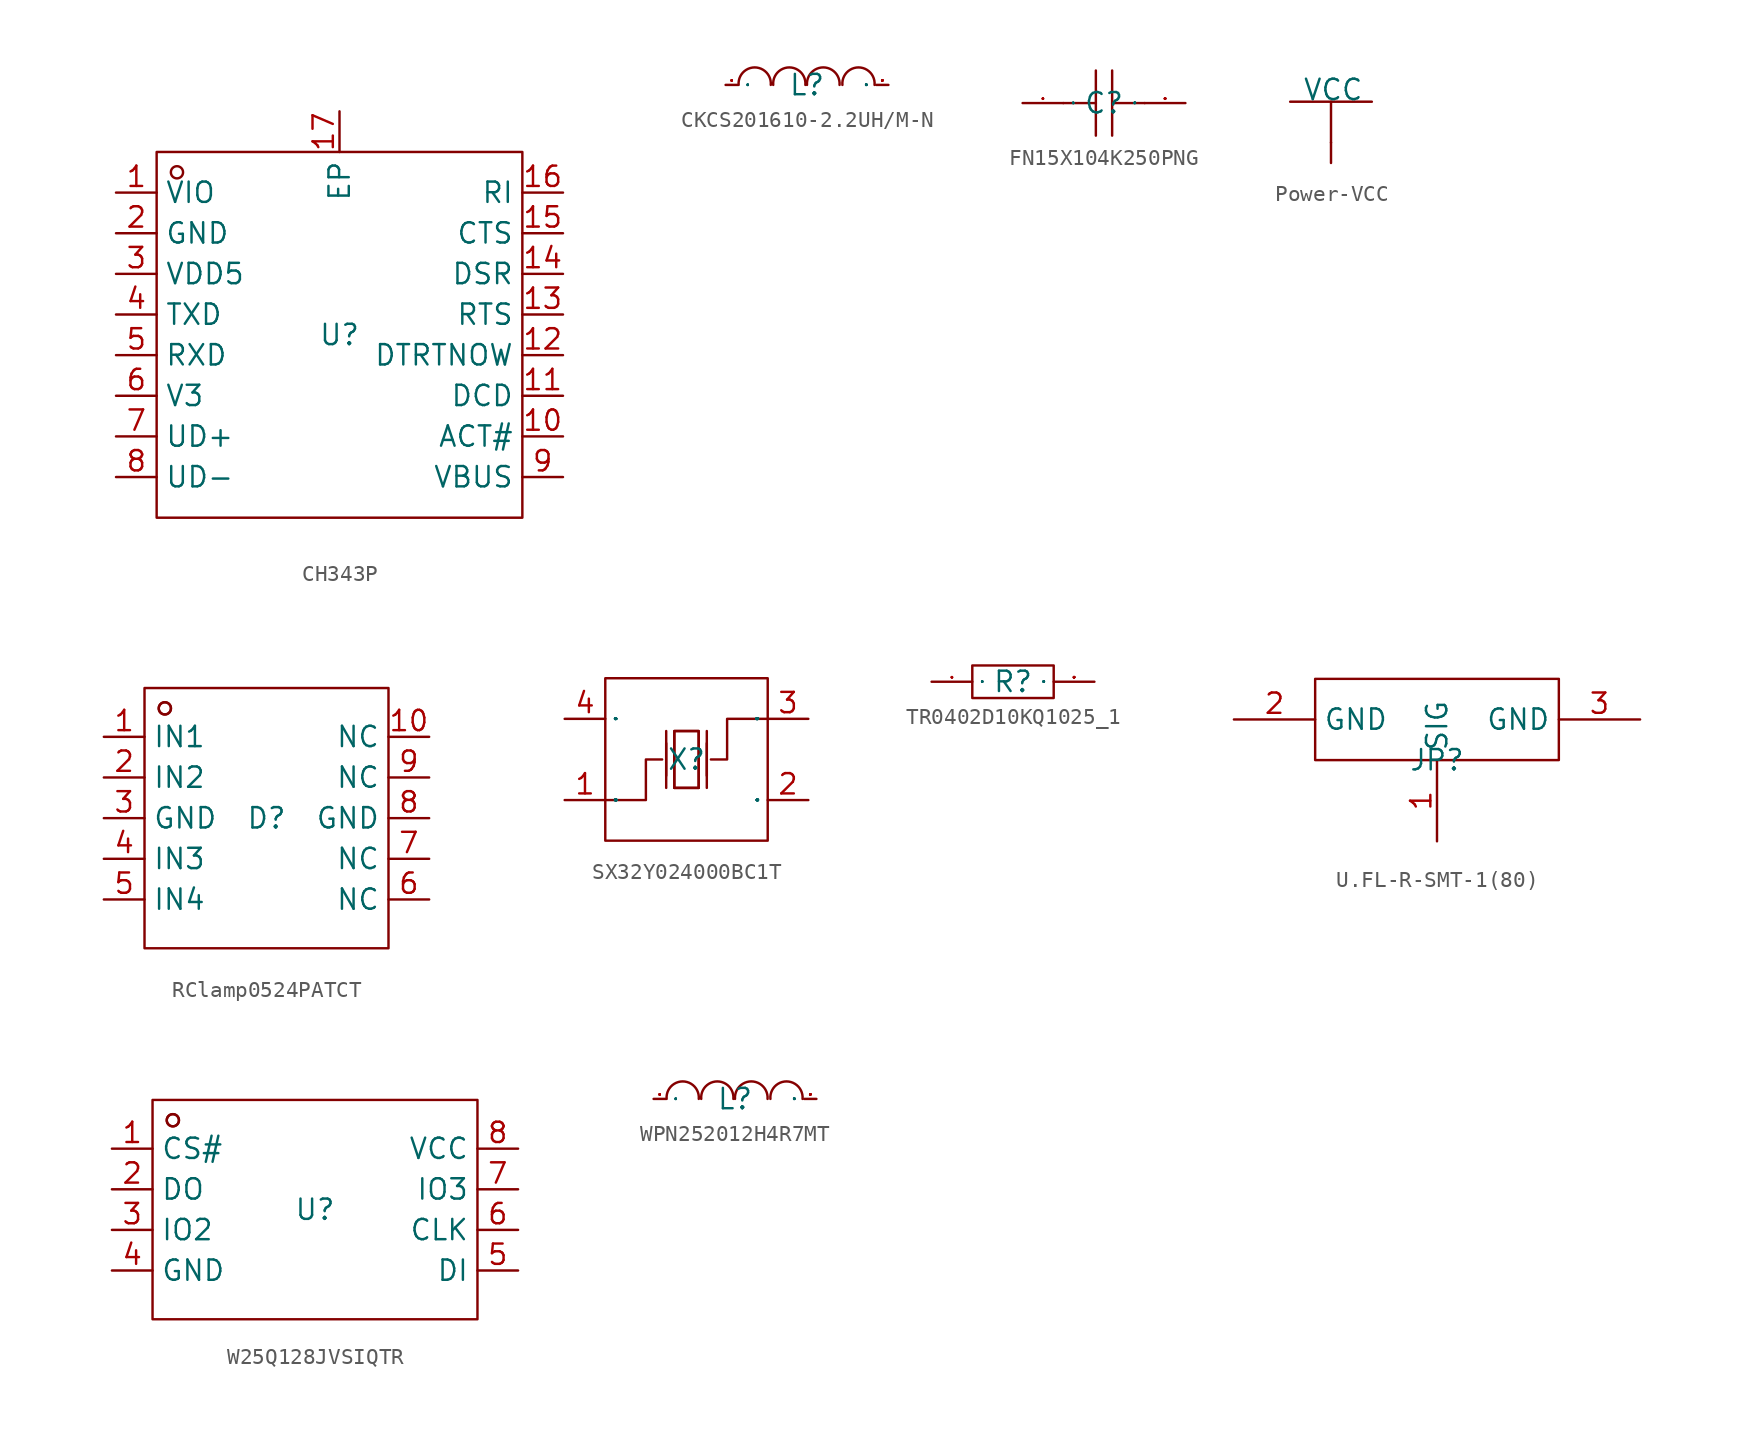
<source format=kicad_sym>
(kicad_symbol_lib
  (version 20231120)
  (generator "kicad_symbol_editor")
  (generator_version "8.0")
  (symbol "CH343P"
    (property "Reference" "U"
      (at 0 0 0)
      (effects (font (size 1.27 1.27))))
    (property "Value" ""
      (at 0 0 0)
      (effects (font (size 1.27 1.27))))
    (symbol "CH343P_1_0"
      (rectangle (start -11.43 -11.43) (end 11.43 11.43) (stroke (width 0) (type default)) (fill (type none)))
      (circle (center -10.16 10.16) (radius 0.381) (stroke (width 0) (type default)) (fill (type none)))
      (pin input line (at -13.97 8.89 0) (length 2.54) (name "VIO" (effects (font (size 1.27 1.27)))) (number "1" (effects (font (size 1.27 1.27)))))
      (pin input line (at 13.97 -6.35 180) (length 2.54) (name "ACT#" (effects (font (size 1.27 1.27)))) (number "10" (effects (font (size 1.27 1.27)))))
      (pin input line (at 13.97 -3.81 180) (length 2.54) (name "DCD" (effects (font (size 1.27 1.27)))) (number "11" (effects (font (size 1.27 1.27)))))
      (pin input line (at 13.97 -1.27 180) (length 2.54) (name "DTRTNOW" (effects (font (size 1.27 1.27)))) (number "12" (effects (font (size 1.27 1.27)))))
      (pin input line (at 13.97 1.27 180) (length 2.54) (name "RTS" (effects (font (size 1.27 1.27)))) (number "13" (effects (font (size 1.27 1.27)))))
      (pin input line (at 13.97 3.81 180) (length 2.54) (name "DSR" (effects (font (size 1.27 1.27)))) (number "14" (effects (font (size 1.27 1.27)))))
      (pin input line (at 13.97 6.35 180) (length 2.54) (name "CTS" (effects (font (size 1.27 1.27)))) (number "15" (effects (font (size 1.27 1.27)))))
      (pin input line (at 13.97 8.89 180) (length 2.54) (name "RI" (effects (font (size 1.27 1.27)))) (number "16" (effects (font (size 1.27 1.27)))))
      (pin input line (at 0 13.97 270) (length 2.54) (name "EP" (effects (font (size 1.27 1.27)))) (number "17" (effects (font (size 1.27 1.27)))))
      (pin input line (at -13.97 6.35 0) (length 2.54) (name "GND" (effects (font (size 1.27 1.27)))) (number "2" (effects (font (size 1.27 1.27)))))
      (pin input line (at -13.97 3.81 0) (length 2.54) (name "VDD5" (effects (font (size 1.27 1.27)))) (number "3" (effects (font (size 1.27 1.27)))))
      (pin input line (at -13.97 1.27 0) (length 2.54) (name "TXD" (effects (font (size 1.27 1.27)))) (number "4" (effects (font (size 1.27 1.27)))))
      (pin input line (at -13.97 -1.27 0) (length 2.54) (name "RXD" (effects (font (size 1.27 1.27)))) (number "5" (effects (font (size 1.27 1.27)))))
      (pin input line (at -13.97 -3.81 0) (length 2.54) (name "V3" (effects (font (size 1.27 1.27)))) (number "6" (effects (font (size 1.27 1.27)))))
      (pin input line (at -13.97 -6.35 0) (length 2.54) (name "UD+" (effects (font (size 1.27 1.27)))) (number "7" (effects (font (size 1.27 1.27)))))
      (pin input line (at -13.97 -8.89 0) (length 2.54) (name "UD-" (effects (font (size 1.27 1.27)))) (number "8" (effects (font (size 1.27 1.27)))))
      (pin input line (at 13.97 -8.89 180) (length 2.54) (name "VBUS" (effects (font (size 1.27 1.27)))) (number "9" (effects (font (size 1.27 1.27)))))))
  (symbol "CKCS201610-2.2UH/M-N"
    (property "Reference" "L"
      (at 0 0 0)
      (effects (font (size 1.27 1.27))))
    (symbol "CKCS201610-2.2UH/M-N_1_0"
      (arc (start -2.2606 0) (mid -3.2639 1.0922) (end -4.2672 0) (stroke (width 0) (type default)) (fill (type none)))
      (arc (start -0.1016 0) (mid -1.1049 1.0922) (end -2.1082 0) (stroke (width 0) (type default)) (fill (type none)))
      (arc (start 2.032 0) (mid 1.016 1.0922) (end 0 0) (stroke (width 0) (type default)) (fill (type none)))
      (arc (start 4.2164 0) (mid 3.213 1.0923) (end 2.2098 0) (stroke (width 0) (type default)) (fill (type none)))
      (pin input line (at -5.08 0 0) (length 0.762) (name "1" (effects (font (size 0.025 0.025)))) (number "1" (effects (font (size 0.025 0.025)))))
      (pin input line (at 5.08 0 180) (length 0.762) (name "2" (effects (font (size 0.025 0.025)))) (number "2" (effects (font (size 0.025 0.025)))))))
  (symbol "FN15X104K250PNG"
    (property "Reference" "C"
      (at 0 0 0)
      (effects (font (size 1.27 1.27))))
    (symbol "FN15X104K250PNG_1_0"
      (polyline (pts (xy -0.508 -2.032) (xy -0.508 2.032)) (stroke (width 0) (type default)) (fill (type none)))
      (polyline (pts (xy -0.508 0) (xy -2.54 0)) (stroke (width 0) (type default)) (fill (type none)))
      (polyline (pts (xy 0.508 2.032) (xy 0.508 -2.032)) (stroke (width 0) (type default)) (fill (type none)))
      (polyline (pts (xy 2.54 0) (xy 0.508 0)) (stroke (width 0) (type default)) (fill (type none)))
      (pin input line (at -5.08 0 0) (length 2.54) (name "1" (effects (font (size 0.025 0.025)))) (number "1" (effects (font (size 0.025 0.025)))))
      (pin input line (at 5.08 0 180) (length 2.54) (name "2" (effects (font (size 0.025 0.025)))) (number "2" (effects (font (size 0.025 0.025)))))))
  (symbol "Power-VCC"
    (power)
    (pin_numbers hide)
    (pin_names hide)
    (property "Reference" "#PWR"
      (at 0 0 0)
      (effects (font (size 1.27 1.27)) (hide yes)))
    (property "Value" "VCC"
      (at -1.778 3.81 0)
      (effects (font (size 1.27 1.27)) (justify left bottom)))
    (symbol "Power-VCC_1_0"
      (polyline (pts (xy -2.54 3.81) (xy 2.54 3.81)) (stroke (width 0) (type default)) (fill (type none)))
      (polyline (pts (xy 0 3.81) (xy 0 1.27)) (stroke (width 0) (type default)) (fill (type none)))
      (pin power_in line (at 0 0 90) (length 1.27) (name "" (effects (font (size 1.27 1.27)))) (number "1" (effects (font (size 0.025 0.025)))))))
  (symbol "RClamp0524PATCT"
    (property "Reference" "D"
      (at 0 0 0)
      (effects (font (size 1.27 1.27))))
    (property "Value" ""
      (at 0 0 0)
      (effects (font (size 1.27 1.27))))
    (symbol "RClamp0524PATCT_1_0"
      (rectangle (start -7.62 -8.128) (end 7.62 8.128) (stroke (width 0) (type default)) (fill (type none)))
      (circle (center -6.35 6.858) (radius 0.381) (stroke (width 0) (type default)) (fill (type none)))
      (circle (center -6.35 6.858) (radius 0.381) (stroke (width 0) (type default)) (fill (type none)))
      (pin input line (at -10.16 5.08 0) (length 2.54) (name "IN1" (effects (font (size 1.27 1.27)))) (number "1" (effects (font (size 1.27 1.27)))))
      (pin input line (at 10.16 5.08 180) (length 2.54) (name "NC" (effects (font (size 1.27 1.27)))) (number "10" (effects (font (size 1.27 1.27)))))
      (pin input line (at -10.16 2.54 0) (length 2.54) (name "IN2" (effects (font (size 1.27 1.27)))) (number "2" (effects (font (size 1.27 1.27)))))
      (pin input line (at -10.16 0 0) (length 2.54) (name "GND" (effects (font (size 1.27 1.27)))) (number "3" (effects (font (size 1.27 1.27)))))
      (pin input line (at -10.16 -2.54 0) (length 2.54) (name "IN3" (effects (font (size 1.27 1.27)))) (number "4" (effects (font (size 1.27 1.27)))))
      (pin input line (at -10.16 -5.08 0) (length 2.54) (name "IN4" (effects (font (size 1.27 1.27)))) (number "5" (effects (font (size 1.27 1.27)))))
      (pin input line (at 10.16 -5.08 180) (length 2.54) (name "NC" (effects (font (size 1.27 1.27)))) (number "6" (effects (font (size 1.27 1.27)))))
      (pin input line (at 10.16 -2.54 180) (length 2.54) (name "NC" (effects (font (size 1.27 1.27)))) (number "7" (effects (font (size 1.27 1.27)))))
      (pin input line (at 10.16 0 180) (length 2.54) (name "GND" (effects (font (size 1.27 1.27)))) (number "8" (effects (font (size 1.27 1.27)))))
      (pin input line (at 10.16 2.54 180) (length 2.54) (name "NC" (effects (font (size 1.27 1.27)))) (number "9" (effects (font (size 1.27 1.27)))))))
  (symbol "SX32Y024000BC1T"
    (property "Reference" "X"
      (at 0 0 0)
      (effects (font (size 1.27 1.27))))
    (symbol "SX32Y024000BC1T_1_0"
      (rectangle (start -5.08 -5.08) (end 5.08 5.08) (stroke (width 0) (type default)) (fill (type none)))
      (polyline (pts (xy -1.27 -1.778) (xy -1.27 1.778)) (stroke (width 0) (type default)) (fill (type none)))
      (polyline (pts (xy -1.27 -1.016) (xy -1.27 1.016)) (stroke (width 0) (type default)) (fill (type none)))
      (polyline (pts (xy 0.762 -1.778) (xy -0.762 -1.778)) (stroke (width 0) (type default)) (fill (type none)))
      (polyline (pts (xy 1.27 -1.778) (xy 1.27 1.778)) (stroke (width 0) (type default)) (fill (type none)))
      (polyline (pts (xy 1.27 -1.016) (xy 1.27 1.016)) (stroke (width 0) (type default)) (fill (type none)))
      (polyline (pts (xy -5.08 -2.54) (xy -2.54 -2.54) (xy -2.54 -2.54) (xy -2.54 0) (xy -2.54 0) (xy -1.524 0)) (stroke (width 0) (type default)) (fill (type none)))
      (polyline (pts (xy -0.762 -1.778) (xy -0.762 1.778) (xy -0.762 1.778) (xy 0.762 1.778) (xy 0.762 1.778) (xy 0.762 -1.778)) (stroke (width 0) (type default)) (fill (type none)))
      (polyline (pts (xy 5.08 2.54) (xy 2.54 2.54) (xy 2.54 2.54) (xy 2.54 0) (xy 2.54 0) (xy 1.524 0)) (stroke (width 0) (type default)) (fill (type none)))
      (polyline (pts (xy 0.762 1.778) (xy 0.762 -1.778) (xy 0.762 -1.778) (xy -0.762 -1.778) (xy -0.762 -1.778) (xy -0.762 1.778) (xy -0.762 1.778) (xy 0.762 1.778)) (stroke (width 0) (type default)) (fill (type none)))
      (pin input line (at -7.62 -2.54 0) (length 2.54) (name "OSC1" (effects (font (size 0.025 0.025)))) (number "1" (effects (font (size 1.27 1.27)))))
      (pin input line (at 7.62 -2.54 180) (length 2.54) (name "GND" (effects (font (size 0.025 0.025)))) (number "2" (effects (font (size 1.27 1.27)))))
      (pin input line (at 7.62 2.54 180) (length 2.54) (name "OSC2" (effects (font (size 0.025 0.025)))) (number "3" (effects (font (size 1.27 1.27)))))
      (pin input line (at -7.62 2.54 0) (length 2.54) (name "GND" (effects (font (size 0.025 0.025)))) (number "4" (effects (font (size 1.27 1.27)))))))
  (symbol "TR0402D10KQ1025_1"
    (property "Reference" "R"
      (at 0 0 0)
      (effects (font (size 1.27 1.27))))
    (property "Value" ""
      (at 0 0 0)
      (effects (font (size 1.27 1.27))))
    (symbol "TR0402D10KQ1025_1_1_0"
      (rectangle (start -2.54 -1.016) (end 2.54 1.016) (stroke (width 0) (type default)) (fill (type none)))
      (pin input line (at -5.08 0 0) (length 2.54) (name "1" (effects (font (size 0.025 0.025)))) (number "1" (effects (font (size 0.025 0.025)))))
      (pin input line (at 5.08 0 180) (length 2.54) (name "2" (effects (font (size 0.025 0.025)))) (number "2" (effects (font (size 0.025 0.025)))))))
  (symbol "U.FL-R-SMT-1(80)"
    (property "Reference" "JP"
      (at 0 0 0)
      (effects (font (size 1.27 1.27))))
    (property "Value" ""
      (at 0 0 0)
      (effects (font (size 1.27 1.27))))
    (symbol "U.FL-R-SMT-1(80)_1_0"
      (rectangle (start -7.62 0) (end 7.62 5.08) (stroke (width 0) (type default)) (fill (type none)))
      (pin input line (at 0 -5.08 90) (length 5.08) (name "SIG" (effects (font (size 1.27 1.27)))) (number "1" (effects (font (size 1.27 1.27)))))
      (pin input line (at -12.7 2.54 0) (length 5.08) (name "GND" (effects (font (size 1.27 1.27)))) (number "2" (effects (font (size 1.27 1.27)))))
      (pin input line (at 12.7 2.54 180) (length 5.08) (name "GND" (effects (font (size 1.27 1.27)))) (number "3" (effects (font (size 1.27 1.27)))))))
  (symbol "W25Q128JVSIQTR"
    (property "Reference" "U"
      (at 0 0 0)
      (effects (font (size 1.27 1.27))))
    (property "Value" ""
      (at 0 0 0)
      (effects (font (size 1.27 1.27))))
    (symbol "W25Q128JVSIQTR_1_0"
      (rectangle (start -10.16 -6.858) (end 10.16 6.858) (stroke (width 0) (type default)) (fill (type none)))
      (circle (center -8.89 5.588) (radius 0.381) (stroke (width 0) (type default)) (fill (type none)))
      (circle (center -8.89 5.588) (radius 0.381) (stroke (width 0) (type default)) (fill (type none)))
      (pin input line (at -12.7 3.81 0) (length 2.54) (name "CS#" (effects (font (size 1.27 1.27)))) (number "1" (effects (font (size 1.27 1.27)))))
      (pin input line (at -12.7 1.27 0) (length 2.54) (name "DO" (effects (font (size 1.27 1.27)))) (number "2" (effects (font (size 1.27 1.27)))))
      (pin input line (at -12.7 -1.27 0) (length 2.54) (name "IO2" (effects (font (size 1.27 1.27)))) (number "3" (effects (font (size 1.27 1.27)))))
      (pin input line (at -12.7 -3.81 0) (length 2.54) (name "GND" (effects (font (size 1.27 1.27)))) (number "4" (effects (font (size 1.27 1.27)))))
      (pin input line (at 12.7 -3.81 180) (length 2.54) (name "DI" (effects (font (size 1.27 1.27)))) (number "5" (effects (font (size 1.27 1.27)))))
      (pin input line (at 12.7 -1.27 180) (length 2.54) (name "CLK" (effects (font (size 1.27 1.27)))) (number "6" (effects (font (size 1.27 1.27)))))
      (pin input line (at 12.7 1.27 180) (length 2.54) (name "IO3" (effects (font (size 1.27 1.27)))) (number "7" (effects (font (size 1.27 1.27)))))
      (pin input line (at 12.7 3.81 180) (length 2.54) (name "VCC" (effects (font (size 1.27 1.27)))) (number "8" (effects (font (size 1.27 1.27)))))))
  (symbol "WPN252012H4R7MT"
    (property "Reference" "L"
      (at 0 0 0)
      (effects (font (size 1.27 1.27))))
    (property "Value" ""
      (at 0 0 0)
      (effects (font (size 1.27 1.27))))
    (symbol "WPN252012H4R7MT_1_0"
      (arc (start -2.2606 0) (mid -3.2639 1.0922) (end -4.2672 0) (stroke (width 0) (type default)) (fill (type none)))
      (arc (start -0.1016 0) (mid -1.1049 1.0922) (end -2.1082 0) (stroke (width 0) (type default)) (fill (type none)))
      (arc (start 2.032 0) (mid 1.016 1.0922) (end 0 0) (stroke (width 0) (type default)) (fill (type none)))
      (arc (start 4.2164 0) (mid 3.213 1.0923) (end 2.2098 0) (stroke (width 0) (type default)) (fill (type none)))
      (pin input line (at -5.08 0 0) (length 0.762) (name "1" (effects (font (size 0.025 0.025)))) (number "1" (effects (font (size 0.025 0.025)))))
      (pin input line (at 5.08 0 180) (length 0.762) (name "2" (effects (font (size 0.025 0.025)))) (number "2" (effects (font (size 0.025 0.025))))))))
</source>
